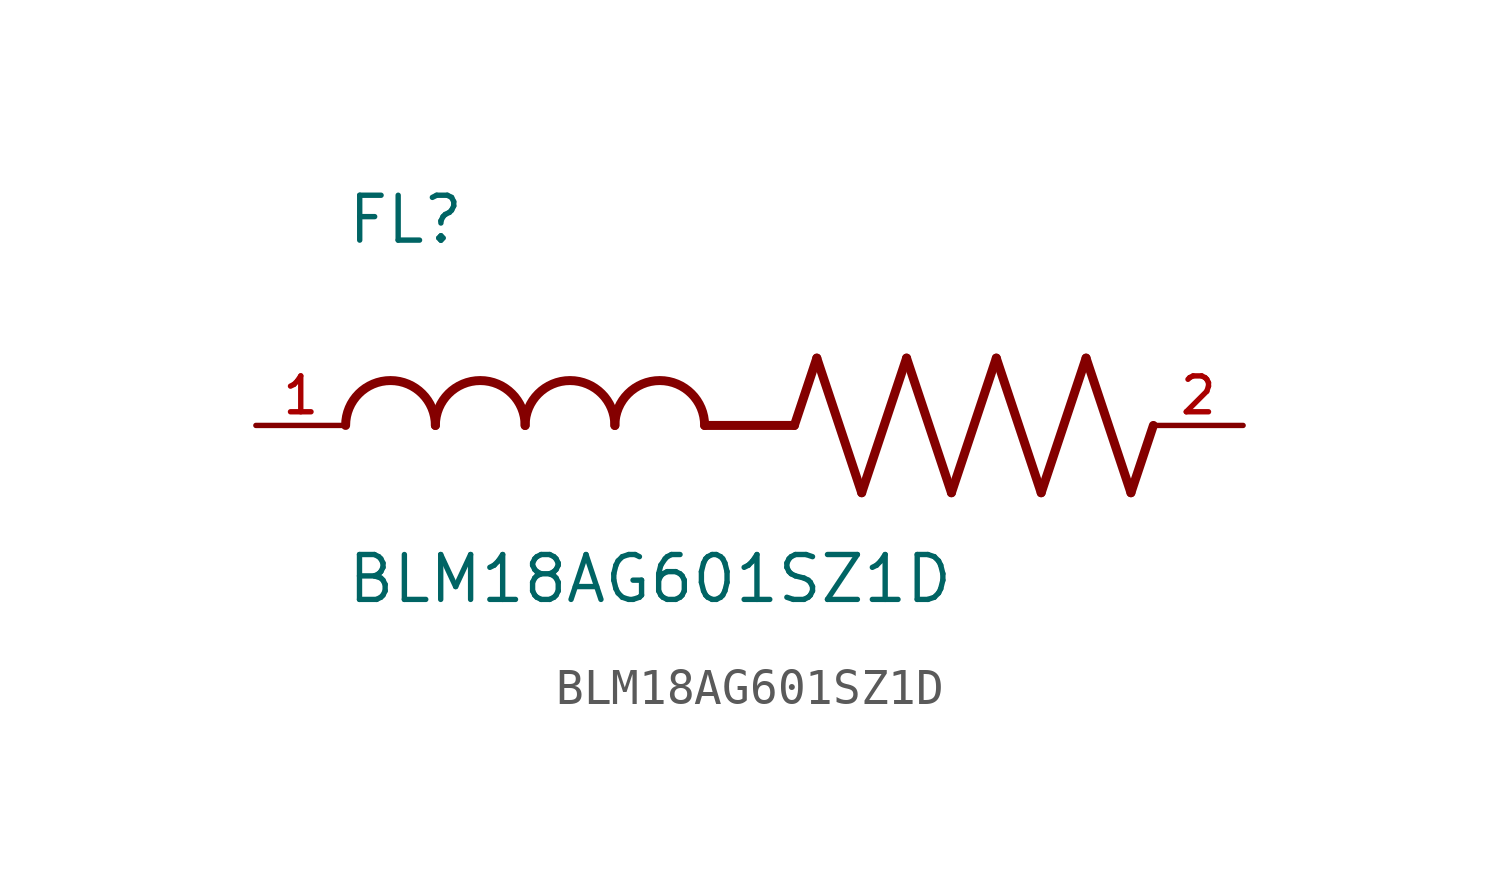
<source format=kicad_sym>
(kicad_symbol_lib
  (version 20211014)
  (generator kicad_symbol_editor)
  (symbol "BLM18AG601SZ1D"
    (pin_names
      (offset 1.016))
    (property "Reference" "FL"
      (at -12.704 5.081 0)
      (effects (font (size 1.27 1.27)) (justify bottom left)))
    (property "Value" "BLM18AG601SZ1D"
      (at -12.71 -5.087 0)
      (effects (font (size 1.27 1.27)) (justify bottom left)))
    (symbol "BLM18AG601SZ1D_0_0"
      (polyline (pts (xy 0.0 0.0) (xy 0.635 1.905)) (stroke (width 0.254)))
      (polyline (pts (xy 0.635 1.905) (xy 1.905 -1.905)) (stroke (width 0.254)))
      (polyline (pts (xy 1.905 -1.905) (xy 3.175 1.905)) (stroke (width 0.254)))
      (polyline (pts (xy 3.175 1.905) (xy 4.445 -1.905)) (stroke (width 0.254)))
      (polyline (pts (xy 4.445 -1.905) (xy 5.715 1.905)) (stroke (width 0.254)))
      (polyline (pts (xy 5.715 1.905) (xy 6.985 -1.905)) (stroke (width 0.254)))
      (polyline (pts (xy 6.985 -1.905) (xy 8.255 1.905)) (stroke (width 0.254)))
      (polyline (pts (xy 8.255 1.905) (xy 9.525 -1.905)) (stroke (width 0.254)))
      (polyline (pts (xy 9.525 -1.905) (xy 10.16 0.0)) (stroke (width 0.254)))
      (arc (start -10.16 0.0) (mid -11.43 1.27) (end -12.7 0.0) (stroke (width 0.254) (type default) (color 0 0 0 0)) (fill (type none)))
      (arc (start -7.62 0.0) (mid -8.89 1.27) (end -10.16 0.0) (stroke (width 0.254) (type default) (color 0 0 0 0)) (fill (type none)))
      (arc (start -5.08 0.0) (mid -6.35 1.27) (end -7.62 0.0) (stroke (width 0.254) (type default) (color 0 0 0 0)) (fill (type none)))
      (arc (start -2.54 0.0) (mid -3.81 1.27) (end -5.08 0.0) (stroke (width 0.254) (type default) (color 0 0 0 0)) (fill (type none)))
      (polyline (pts (xy 0.0 0.0) (xy -2.54 0.0)) (stroke (width 0.254)))
      (pin passive line (at 12.7 0.0 180.0) (length 2.54) (name "~" (effects (font (size 1.016 1.016)))) (number "2" (effects (font (size 1.016 1.016)))))
      (pin passive line (at -15.24 0.0 0) (length 2.54) (name "~" (effects (font (size 1.016 1.016)))) (number "1" (effects (font (size 1.016 1.016))))))))
</source>
